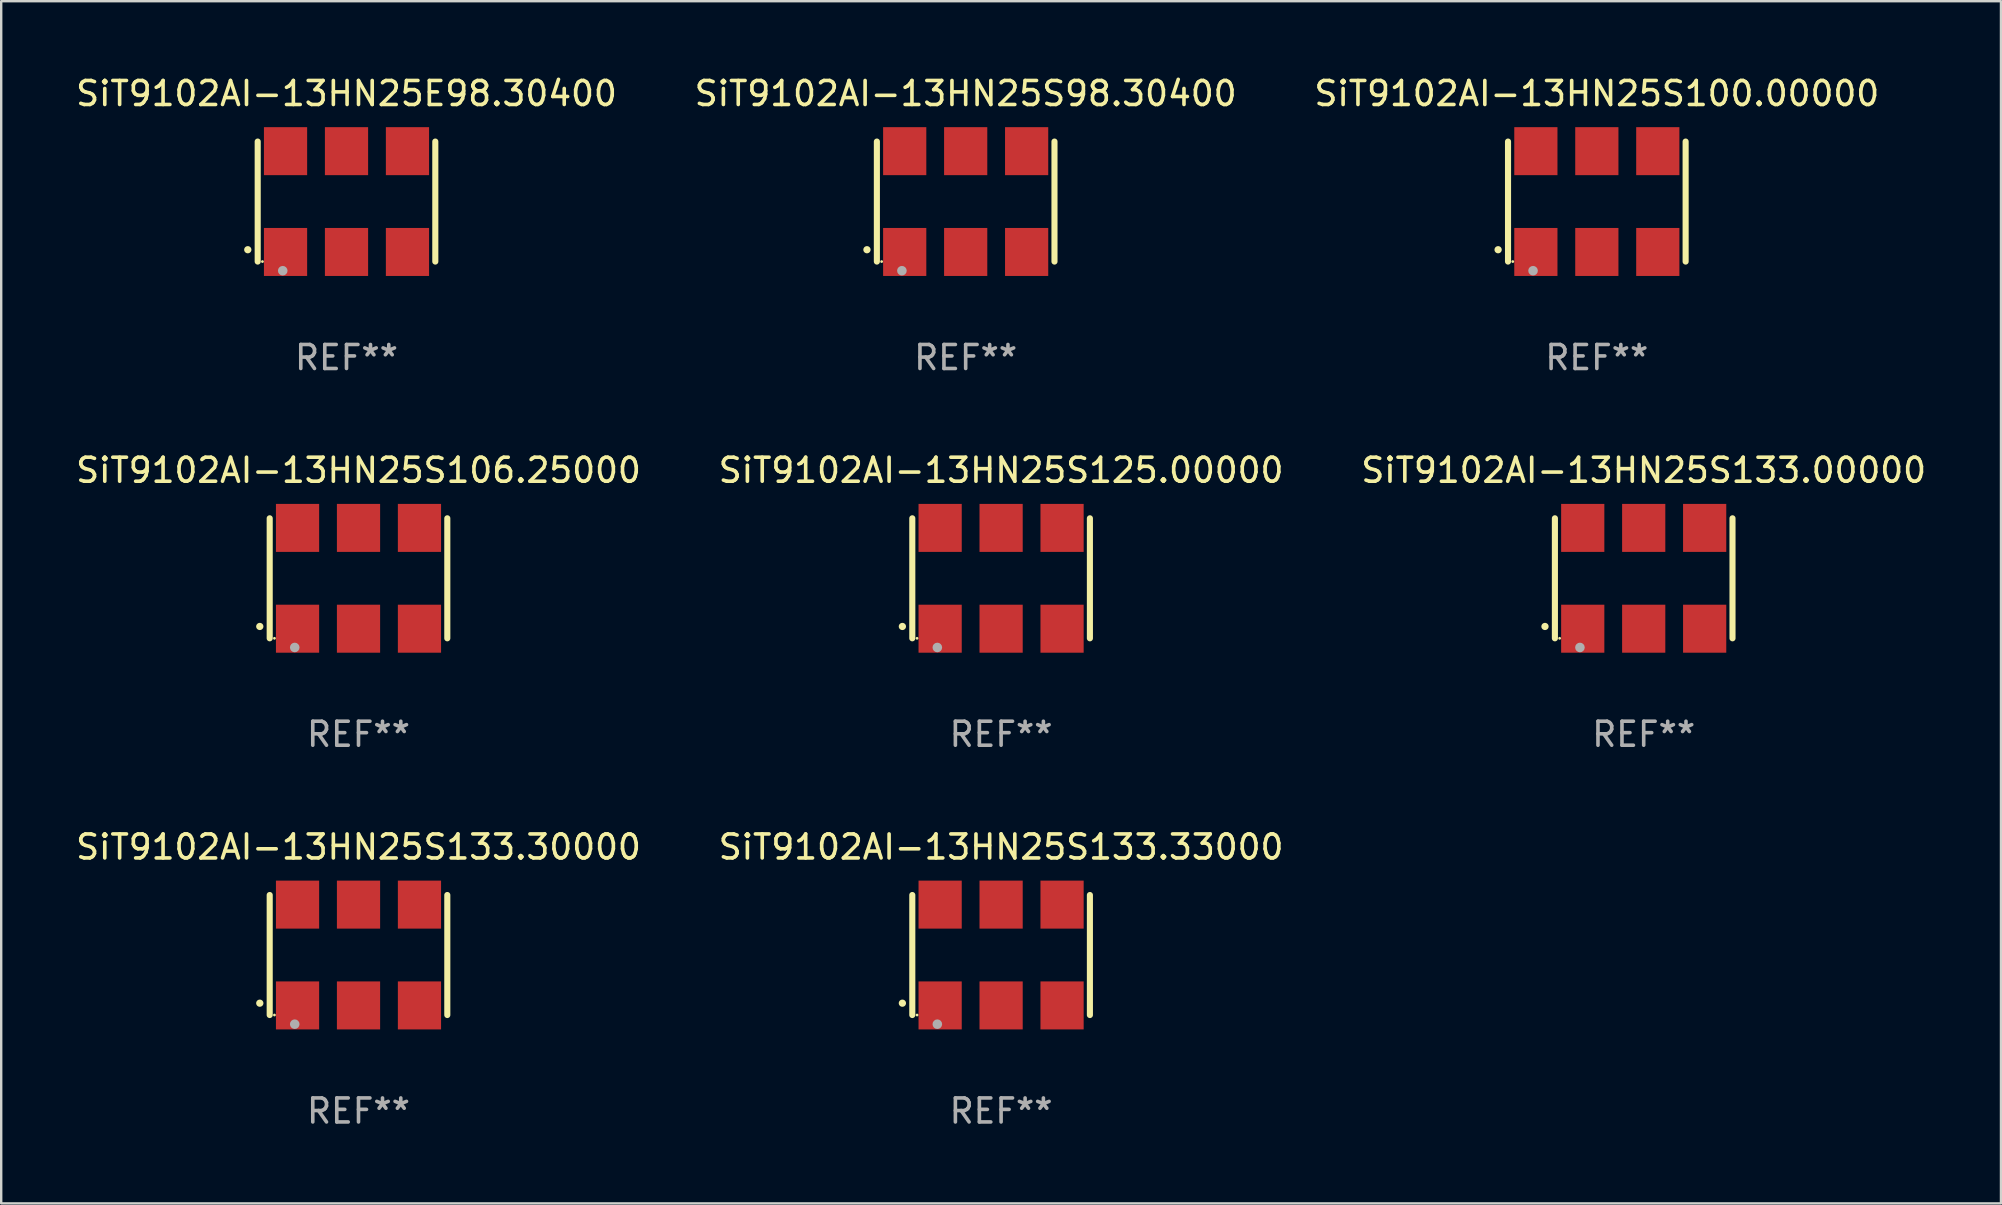
<source format=kicad_pcb>
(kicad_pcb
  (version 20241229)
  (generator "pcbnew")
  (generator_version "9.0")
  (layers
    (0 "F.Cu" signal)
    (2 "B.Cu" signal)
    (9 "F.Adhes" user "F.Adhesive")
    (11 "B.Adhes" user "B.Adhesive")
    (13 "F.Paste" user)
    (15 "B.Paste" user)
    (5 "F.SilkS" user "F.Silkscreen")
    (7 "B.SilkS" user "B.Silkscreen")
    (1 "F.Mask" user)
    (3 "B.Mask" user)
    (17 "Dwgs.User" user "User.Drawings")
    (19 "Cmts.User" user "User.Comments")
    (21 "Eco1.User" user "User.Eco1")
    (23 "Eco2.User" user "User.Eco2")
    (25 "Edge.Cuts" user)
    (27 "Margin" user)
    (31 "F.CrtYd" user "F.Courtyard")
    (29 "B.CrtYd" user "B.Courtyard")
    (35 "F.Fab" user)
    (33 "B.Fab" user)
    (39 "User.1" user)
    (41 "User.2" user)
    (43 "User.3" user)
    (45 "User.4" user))
  (footprint "SiT9102AI-13HN25S100.00000"
    (layer "F.Cu")
    (at 63.482 5.348)
    (property "Reference" "SiT9102AI-13HN25S100.00000" (at 0 -4.5 0) (layer "F.SilkS") (effects (font (size 1 1) (thickness 0.15))))
    (attr through_hole)
    (fp_line (start -3.7 -2.5) (end -3.7 2.5) (stroke (width 0.254) (type solid)) (layer "F.SilkS"))
    (fp_line (start 3.7 -2.5) (end 3.7 2.5) (stroke (width 0.254) (type solid)) (layer "F.SilkS"))
    (fp_arc (start -4.114415 2.006604) (mid -4.113145 2.006599) (end -4.111875 2.006604) (stroke (width 0.3) (type solid)) (layer "F.SilkS"))
    (fp_circle (center -3.502 2.5) (end -3.472 2.5) (stroke (width 0.06) (type solid)) (fill no) (layer "F.SilkS"))
    (fp_circle (center -2.657 2.882) (end -2.557 2.882) (stroke (width 0.2) (type solid)) (fill no) (layer "F.Fab"))
    (fp_text user "REF**" (at 0 6.5 0) (layer "F.Fab") (effects (font (size 1 1) (thickness 0.15))))
    (pad "1" smd rect (at -2.54 2.1) (size 1.8 2) (layers "F.Cu" "F.Mask" "F.Paste"))
    (pad "2" smd rect (at 0.000394 2.1) (size 1.8 2) (layers "F.Cu" "F.Mask" "F.Paste"))
    (pad "3" smd rect (at 2.54 2.1) (size 1.8 2) (layers "F.Cu" "F.Mask" "F.Paste"))
    (pad "4" smd rect (at 2.54 -2.1) (size 1.8 2) (layers "F.Cu" "F.Mask" "F.Paste"))
    (pad "5" smd rect (at 0.000394 -2.1) (size 1.8 2) (layers "F.Cu" "F.Mask" "F.Paste"))
    (pad "6" smd rect (at -2.54 -2.1) (size 1.8 2) (layers "F.Cu" "F.Mask" "F.Paste")))
  (footprint "SiT9102AI-13HN25E98.30400"
    (layer "F.Cu")
    (at 11.387 5.348)
    (property "Reference" "SiT9102AI-13HN25E98.30400" (at 0 -4.5 0) (layer "F.SilkS") (effects (font (size 1 1) (thickness 0.15))))
    (attr through_hole)
    (fp_line (start -3.7 -2.5) (end -3.7 2.5) (stroke (width 0.254) (type solid)) (layer "F.SilkS"))
    (fp_line (start 3.7 -2.5) (end 3.7 2.5) (stroke (width 0.254) (type solid)) (layer "F.SilkS"))
    (fp_arc (start -4.114415 2.006604) (mid -4.113145 2.006599) (end -4.111875 2.006604) (stroke (width 0.3) (type solid)) (layer "F.SilkS"))
    (fp_circle (center -3.502 2.5) (end -3.472 2.5) (stroke (width 0.06) (type solid)) (fill no) (layer "F.SilkS"))
    (fp_circle (center -2.657 2.882) (end -2.557 2.882) (stroke (width 0.2) (type solid)) (fill no) (layer "F.Fab"))
    (fp_text user "REF**" (at 0 6.5 0) (layer "F.Fab") (effects (font (size 1 1) (thickness 0.15))))
    (pad "1" smd rect (at -2.54 2.1) (size 1.8 2) (layers "F.Cu" "F.Mask" "F.Paste"))
    (pad "2" smd rect (at 0.000394 2.1) (size 1.8 2) (layers "F.Cu" "F.Mask" "F.Paste"))
    (pad "3" smd rect (at 2.54 2.1) (size 1.8 2) (layers "F.Cu" "F.Mask" "F.Paste"))
    (pad "4" smd rect (at 2.54 -2.1) (size 1.8 2) (layers "F.Cu" "F.Mask" "F.Paste"))
    (pad "5" smd rect (at 0.000394 -2.1) (size 1.8 2) (layers "F.Cu" "F.Mask" "F.Paste"))
    (pad "6" smd rect (at -2.54 -2.1) (size 1.8 2) (layers "F.Cu" "F.Mask" "F.Paste")))
  (footprint "SiT9102AI-13HN25S125.00000"
    (layer "F.Cu")
    (at 38.661 21.045)
    (property "Reference" "SiT9102AI-13HN25S125.00000" (at 0 -4.5 0) (layer "F.SilkS") (effects (font (size 1 1) (thickness 0.15))))
    (attr through_hole)
    (fp_line (start -3.7 -2.5) (end -3.7 2.5) (stroke (width 0.254) (type solid)) (layer "F.SilkS"))
    (fp_line (start 3.7 -2.5) (end 3.7 2.5) (stroke (width 0.254) (type solid)) (layer "F.SilkS"))
    (fp_arc (start -4.114415 2.006604) (mid -4.113145 2.006599) (end -4.111875 2.006604) (stroke (width 0.3) (type solid)) (layer "F.SilkS"))
    (fp_circle (center -3.502 2.5) (end -3.472 2.5) (stroke (width 0.06) (type solid)) (fill no) (layer "F.SilkS"))
    (fp_circle (center -2.657 2.882) (end -2.557 2.882) (stroke (width 0.2) (type solid)) (fill no) (layer "F.Fab"))
    (fp_text user "REF**" (at 0 6.5 0) (layer "F.Fab") (effects (font (size 1 1) (thickness 0.15))))
    (pad "1" smd rect (at -2.54 2.1) (size 1.8 2) (layers "F.Cu" "F.Mask" "F.Paste"))
    (pad "2" smd rect (at 0.000394 2.1) (size 1.8 2) (layers "F.Cu" "F.Mask" "F.Paste"))
    (pad "3" smd rect (at 2.54 2.1) (size 1.8 2) (layers "F.Cu" "F.Mask" "F.Paste"))
    (pad "4" smd rect (at 2.54 -2.1) (size 1.8 2) (layers "F.Cu" "F.Mask" "F.Paste"))
    (pad "5" smd rect (at 0.000394 -2.1) (size 1.8 2) (layers "F.Cu" "F.Mask" "F.Paste"))
    (pad "6" smd rect (at -2.54 -2.1) (size 1.8 2) (layers "F.Cu" "F.Mask" "F.Paste")))
  (footprint "SiT9102AI-13HN25S133.33000"
    (layer "F.Cu")
    (at 38.661 36.741)
    (property "Reference" "SiT9102AI-13HN25S133.33000" (at 0 -4.5 0) (layer "F.SilkS") (effects (font (size 1 1) (thickness 0.15))))
    (attr through_hole)
    (fp_line (start -3.7 -2.5) (end -3.7 2.5) (stroke (width 0.254) (type solid)) (layer "F.SilkS"))
    (fp_line (start 3.7 -2.5) (end 3.7 2.5) (stroke (width 0.254) (type solid)) (layer "F.SilkS"))
    (fp_arc (start -4.114415 2.006604) (mid -4.113145 2.006599) (end -4.111875 2.006604) (stroke (width 0.3) (type solid)) (layer "F.SilkS"))
    (fp_circle (center -3.502 2.5) (end -3.472 2.5) (stroke (width 0.06) (type solid)) (fill no) (layer "F.SilkS"))
    (fp_circle (center -2.657 2.882) (end -2.557 2.882) (stroke (width 0.2) (type solid)) (fill no) (layer "F.Fab"))
    (fp_text user "REF**" (at 0 6.5 0) (layer "F.Fab") (effects (font (size 1 1) (thickness 0.15))))
    (pad "1" smd rect (at -2.54 2.1) (size 1.8 2) (layers "F.Cu" "F.Mask" "F.Paste"))
    (pad "2" smd rect (at 0.000394 2.1) (size 1.8 2) (layers "F.Cu" "F.Mask" "F.Paste"))
    (pad "3" smd rect (at 2.54 2.1) (size 1.8 2) (layers "F.Cu" "F.Mask" "F.Paste"))
    (pad "4" smd rect (at 2.54 -2.1) (size 1.8 2) (layers "F.Cu" "F.Mask" "F.Paste"))
    (pad "5" smd rect (at 0.000394 -2.1) (size 1.8 2) (layers "F.Cu" "F.Mask" "F.Paste"))
    (pad "6" smd rect (at -2.54 -2.1) (size 1.8 2) (layers "F.Cu" "F.Mask" "F.Paste")))
  (footprint "SiT9102AI-13HN25S133.30000"
    (layer "F.Cu")
    (at 11.887 36.741)
    (property "Reference" "SiT9102AI-13HN25S133.30000" (at 0 -4.5 0) (layer "F.SilkS") (effects (font (size 1 1) (thickness 0.15))))
    (attr through_hole)
    (fp_line (start -3.7 -2.5) (end -3.7 2.5) (stroke (width 0.254) (type solid)) (layer "F.SilkS"))
    (fp_line (start 3.7 -2.5) (end 3.7 2.5) (stroke (width 0.254) (type solid)) (layer "F.SilkS"))
    (fp_arc (start -4.114415 2.006604) (mid -4.113145 2.006599) (end -4.111875 2.006604) (stroke (width 0.3) (type solid)) (layer "F.SilkS"))
    (fp_circle (center -3.502 2.5) (end -3.472 2.5) (stroke (width 0.06) (type solid)) (fill no) (layer "F.SilkS"))
    (fp_circle (center -2.657 2.882) (end -2.557 2.882) (stroke (width 0.2) (type solid)) (fill no) (layer "F.Fab"))
    (fp_text user "REF**" (at 0 6.5 0) (layer "F.Fab") (effects (font (size 1 1) (thickness 0.15))))
    (pad "1" smd rect (at -2.54 2.1) (size 1.8 2) (layers "F.Cu" "F.Mask" "F.Paste"))
    (pad "2" smd rect (at 0.000394 2.1) (size 1.8 2) (layers "F.Cu" "F.Mask" "F.Paste"))
    (pad "3" smd rect (at 2.54 2.1) (size 1.8 2) (layers "F.Cu" "F.Mask" "F.Paste"))
    (pad "4" smd rect (at 2.54 -2.1) (size 1.8 2) (layers "F.Cu" "F.Mask" "F.Paste"))
    (pad "5" smd rect (at 0.000394 -2.1) (size 1.8 2) (layers "F.Cu" "F.Mask" "F.Paste"))
    (pad "6" smd rect (at -2.54 -2.1) (size 1.8 2) (layers "F.Cu" "F.Mask" "F.Paste")))
  (footprint "SiT9102AI-13HN25S133.00000"
    (layer "F.Cu")
    (at 65.435 21.045)
    (property "Reference" "SiT9102AI-13HN25S133.00000" (at 0 -4.5 0) (layer "F.SilkS") (effects (font (size 1 1) (thickness 0.15))))
    (attr through_hole)
    (fp_line (start -3.7 -2.5) (end -3.7 2.5) (stroke (width 0.254) (type solid)) (layer "F.SilkS"))
    (fp_line (start 3.7 -2.5) (end 3.7 2.5) (stroke (width 0.254) (type solid)) (layer "F.SilkS"))
    (fp_arc (start -4.114415 2.006604) (mid -4.113145 2.006599) (end -4.111875 2.006604) (stroke (width 0.3) (type solid)) (layer "F.SilkS"))
    (fp_circle (center -3.502 2.5) (end -3.472 2.5) (stroke (width 0.06) (type solid)) (fill no) (layer "F.SilkS"))
    (fp_circle (center -2.657 2.882) (end -2.557 2.882) (stroke (width 0.2) (type solid)) (fill no) (layer "F.Fab"))
    (fp_text user "REF**" (at 0 6.5 0) (layer "F.Fab") (effects (font (size 1 1) (thickness 0.15))))
    (pad "1" smd rect (at -2.54 2.1) (size 1.8 2) (layers "F.Cu" "F.Mask" "F.Paste"))
    (pad "2" smd rect (at 0.000394 2.1) (size 1.8 2) (layers "F.Cu" "F.Mask" "F.Paste"))
    (pad "3" smd rect (at 2.54 2.1) (size 1.8 2) (layers "F.Cu" "F.Mask" "F.Paste"))
    (pad "4" smd rect (at 2.54 -2.1) (size 1.8 2) (layers "F.Cu" "F.Mask" "F.Paste"))
    (pad "5" smd rect (at 0.000394 -2.1) (size 1.8 2) (layers "F.Cu" "F.Mask" "F.Paste"))
    (pad "6" smd rect (at -2.54 -2.1) (size 1.8 2) (layers "F.Cu" "F.Mask" "F.Paste")))
  (footprint "SiT9102AI-13HN25S106.25000"
    (layer "F.Cu")
    (at 11.887 21.045)
    (property "Reference" "SiT9102AI-13HN25S106.25000" (at 0 -4.5 0) (layer "F.SilkS") (effects (font (size 1 1) (thickness 0.15))))
    (attr through_hole)
    (fp_line (start -3.7 -2.5) (end -3.7 2.5) (stroke (width 0.254) (type solid)) (layer "F.SilkS"))
    (fp_line (start 3.7 -2.5) (end 3.7 2.5) (stroke (width 0.254) (type solid)) (layer "F.SilkS"))
    (fp_arc (start -4.114415 2.006604) (mid -4.113145 2.006599) (end -4.111875 2.006604) (stroke (width 0.3) (type solid)) (layer "F.SilkS"))
    (fp_circle (center -3.502 2.5) (end -3.472 2.5) (stroke (width 0.06) (type solid)) (fill no) (layer "F.SilkS"))
    (fp_circle (center -2.657 2.882) (end -2.557 2.882) (stroke (width 0.2) (type solid)) (fill no) (layer "F.Fab"))
    (fp_text user "REF**" (at 0 6.5 0) (layer "F.Fab") (effects (font (size 1 1) (thickness 0.15))))
    (pad "1" smd rect (at -2.54 2.1) (size 1.8 2) (layers "F.Cu" "F.Mask" "F.Paste"))
    (pad "2" smd rect (at 0.000394 2.1) (size 1.8 2) (layers "F.Cu" "F.Mask" "F.Paste"))
    (pad "3" smd rect (at 2.54 2.1) (size 1.8 2) (layers "F.Cu" "F.Mask" "F.Paste"))
    (pad "4" smd rect (at 2.54 -2.1) (size 1.8 2) (layers "F.Cu" "F.Mask" "F.Paste"))
    (pad "5" smd rect (at 0.000394 -2.1) (size 1.8 2) (layers "F.Cu" "F.Mask" "F.Paste"))
    (pad "6" smd rect (at -2.54 -2.1) (size 1.8 2) (layers "F.Cu" "F.Mask" "F.Paste")))
  (footprint "SiT9102AI-13HN25S98.30400"
    (layer "F.Cu")
    (at 37.185 5.348)
    (property "Reference" "SiT9102AI-13HN25S98.30400" (at 0 -4.5 0) (layer "F.SilkS") (effects (font (size 1 1) (thickness 0.15))))
    (attr through_hole)
    (fp_line (start -3.7 -2.5) (end -3.7 2.5) (stroke (width 0.254) (type solid)) (layer "F.SilkS"))
    (fp_line (start 3.7 -2.5) (end 3.7 2.5) (stroke (width 0.254) (type solid)) (layer "F.SilkS"))
    (fp_arc (start -4.114415 2.006604) (mid -4.113145 2.006599) (end -4.111875 2.006604) (stroke (width 0.3) (type solid)) (layer "F.SilkS"))
    (fp_circle (center -3.502 2.5) (end -3.472 2.5) (stroke (width 0.06) (type solid)) (fill no) (layer "F.SilkS"))
    (fp_circle (center -2.657 2.882) (end -2.557 2.882) (stroke (width 0.2) (type solid)) (fill no) (layer "F.Fab"))
    (fp_text user "REF**" (at 0 6.5 0) (layer "F.Fab") (effects (font (size 1 1) (thickness 0.15))))
    (pad "1" smd rect (at -2.54 2.1) (size 1.8 2) (layers "F.Cu" "F.Mask" "F.Paste"))
    (pad "2" smd rect (at 0.000394 2.1) (size 1.8 2) (layers "F.Cu" "F.Mask" "F.Paste"))
    (pad "3" smd rect (at 2.54 2.1) (size 1.8 2) (layers "F.Cu" "F.Mask" "F.Paste"))
    (pad "4" smd rect (at 2.54 -2.1) (size 1.8 2) (layers "F.Cu" "F.Mask" "F.Paste"))
    (pad "5" smd rect (at 0.000394 -2.1) (size 1.8 2) (layers "F.Cu" "F.Mask" "F.Paste"))
    (pad "6" smd rect (at -2.54 -2.1) (size 1.8 2) (layers "F.Cu" "F.Mask" "F.Paste")))
  (gr_rect
    (start -3 -3)
    (end 80.321 47.09)
    (stroke (width 0.1) (type default))
    (fill no)
    (layer "Edge.Cuts")))
</source>
